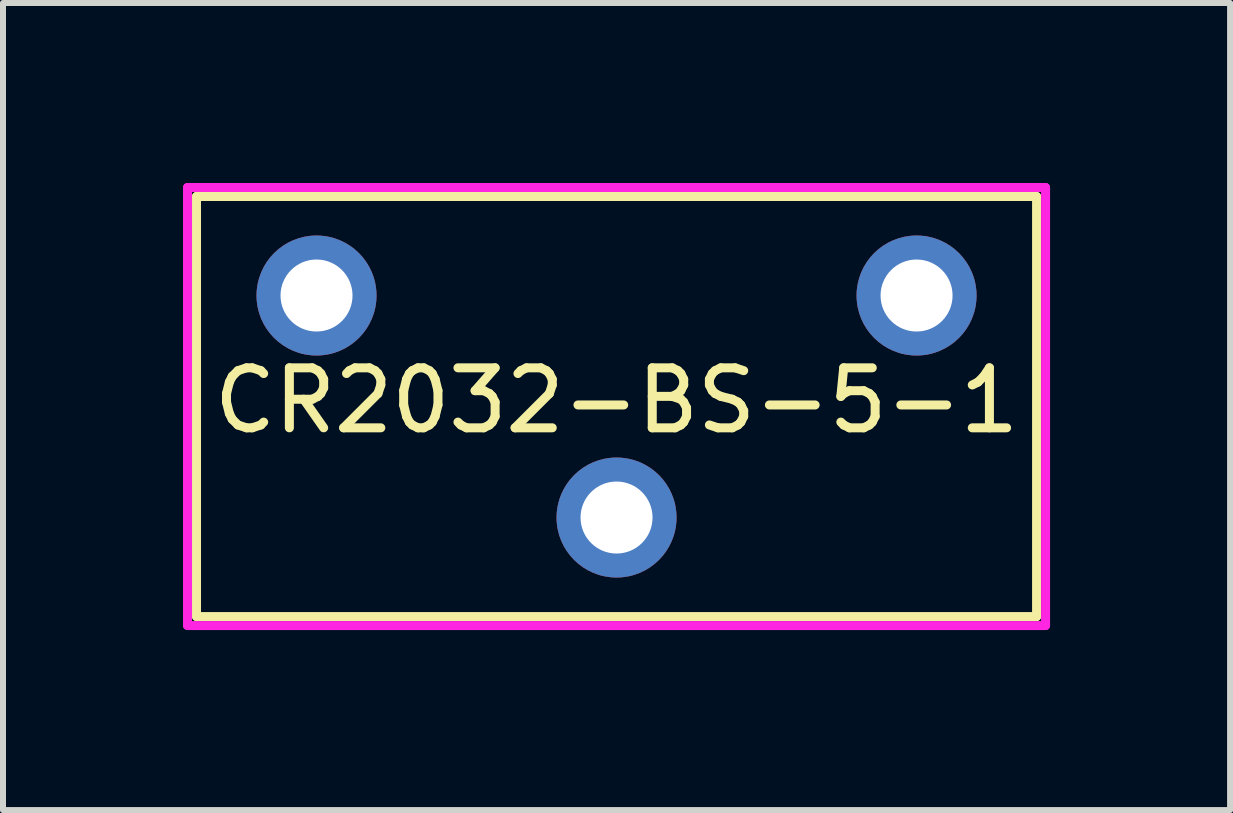
<source format=kicad_pcb>
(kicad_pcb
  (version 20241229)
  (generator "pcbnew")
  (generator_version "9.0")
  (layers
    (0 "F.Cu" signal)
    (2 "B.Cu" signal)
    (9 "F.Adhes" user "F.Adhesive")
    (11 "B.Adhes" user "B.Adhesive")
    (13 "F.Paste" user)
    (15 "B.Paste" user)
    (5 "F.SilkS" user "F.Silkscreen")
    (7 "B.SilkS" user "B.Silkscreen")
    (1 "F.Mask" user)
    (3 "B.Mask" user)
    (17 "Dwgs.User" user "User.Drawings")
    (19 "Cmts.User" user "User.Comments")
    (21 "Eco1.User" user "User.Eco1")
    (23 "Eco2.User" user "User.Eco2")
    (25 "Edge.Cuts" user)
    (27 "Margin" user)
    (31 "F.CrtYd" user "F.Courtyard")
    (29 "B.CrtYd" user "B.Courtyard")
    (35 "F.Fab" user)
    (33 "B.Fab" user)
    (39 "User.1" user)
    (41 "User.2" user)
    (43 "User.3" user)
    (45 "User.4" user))
  (footprint "CR2032-BS-5-1"
    (layer "F.Cu")
    (at 2.225 1.875)
    (property "Reference" "CR2032-BS-5-1" (at 5 1.75 0) (layer "F.SilkS") (effects (font (size 1 1) (thickness 0.15))))
    (attr through_hole)
    (fp_line (start -2 -1.65) (end -2 5.35) (stroke (width 0.15) (type solid)) (layer "F.SilkS"))
    (fp_line (start -2 -1.65) (end 12 -1.65) (stroke (width 0.15) (type solid)) (layer "F.SilkS"))
    (fp_line (start -2 5.35) (end 12 5.35) (stroke (width 0.15) (type solid)) (layer "F.SilkS"))
    (fp_line (start 12 -1.65) (end 12 5.35) (stroke (width 0.15) (type solid)) (layer "F.SilkS"))
    (fp_line (start -2.15 -1.8) (end -2.15 5.5) (stroke (width 0.15) (type solid)) (layer "F.CrtYd"))
    (fp_line (start -2.15 5.5) (end 12.15 5.5) (stroke (width 0.15) (type solid)) (layer "F.CrtYd"))
    (fp_line (start 12.15 -1.8) (end -2.15 -1.8) (stroke (width 0.15) (type solid)) (layer "F.CrtYd"))
    (fp_line (start 12.15 5.5) (end 12.15 -1.8) (stroke (width 0.15) (type solid)) (layer "F.CrtYd"))
    (pad "1" thru_hole circle (at 0 0) (size 2 2) (drill 1.2) (layers "*.Cu" "*.Mask"))
    (pad "1" thru_hole circle (at 10 0) (size 2 2) (drill 1.2) (layers "*.Cu" "*.Mask"))
    (pad "2" thru_hole circle (at 5 3.7) (size 2 2) (drill 1.2) (layers "*.Cu" "*.Mask")))
  (gr_rect
    (start -3 -3)
    (end 17.45 10.45)
    (stroke (width 0.1) (type default))
    (fill no)
    (layer "Edge.Cuts")))
</source>
